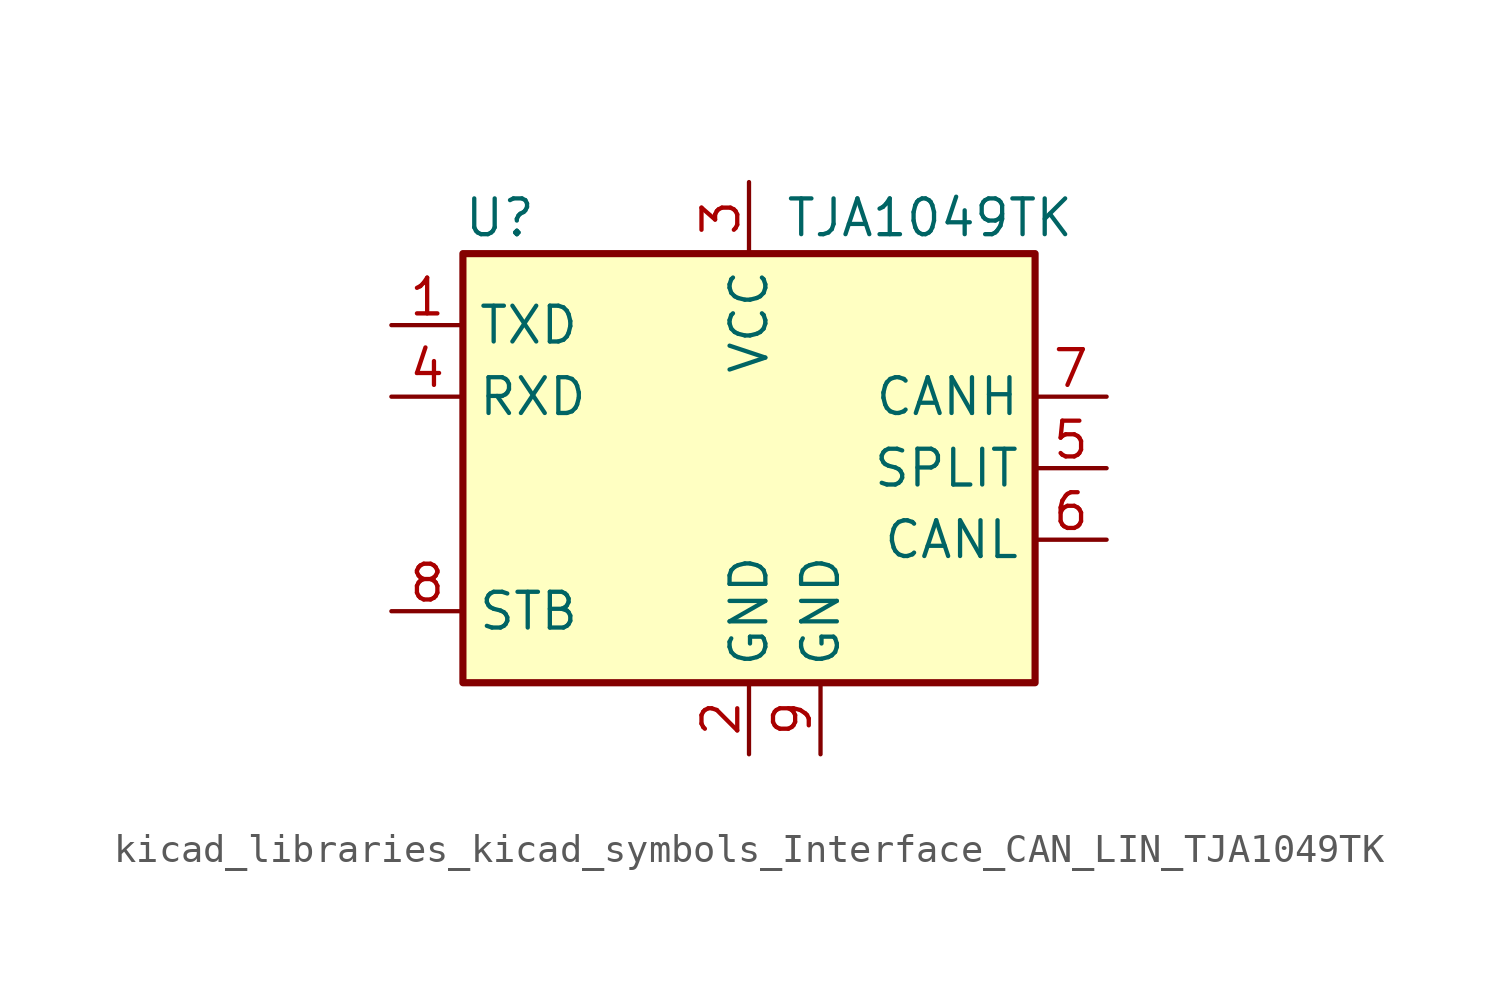
<source format=kicad_sym>
(kicad_symbol_lib
  (version 20220914)
  (generator kicad_symbol_editor)
  (symbol "kicad_libraries_kicad_symbols_Interface_CAN_LIN_TJA1049TK"
    (property "Reference" "U"
      (at -10.16 8.89 0)
      (effects (font (size 1.27 1.27)) (justify left)))
    (property "Value" "TJA1049TK"
      (at 1.27 8.89 0)
      (effects (font (size 1.27 1.27)) (justify left)))
    (symbol "kicad_libraries_kicad_symbols_Interface_CAN_LIN_TJA1049TK_0_1"
      (rectangle (start -10.16 7.62) (end 10.16 -7.62) (stroke (width 0.254) (type default)) (fill (type background))))
    (symbol "kicad_libraries_kicad_symbols_Interface_CAN_LIN_TJA1049TK_1_1"
      (pin input line (at -12.7 5.08 0) (length 2.54) (name "TXD" (effects (font (size 1.27 1.27)))) (number "1" (effects (font (size 1.27 1.27)))))
      (pin power_in line (at 0 -10.16 90) (length 2.54) (name "GND" (effects (font (size 1.27 1.27)))) (number "2" (effects (font (size 1.27 1.27)))))
      (pin power_in line (at 0 10.16 270) (length 2.54) (name "VCC" (effects (font (size 1.27 1.27)))) (number "3" (effects (font (size 1.27 1.27)))))
      (pin output line (at -12.7 2.54 0) (length 2.54) (name "RXD" (effects (font (size 1.27 1.27)))) (number "4" (effects (font (size 1.27 1.27)))))
      (pin power_out line (at 12.7 0 180) (length 2.54) (name "SPLIT" (effects (font (size 1.27 1.27)))) (number "5" (effects (font (size 1.27 1.27)))))
      (pin bidirectional line (at 12.7 -2.54 180) (length 2.54) (name "CANL" (effects (font (size 1.27 1.27)))) (number "6" (effects (font (size 1.27 1.27)))))
      (pin bidirectional line (at 12.7 2.54 180) (length 2.54) (name "CANH" (effects (font (size 1.27 1.27)))) (number "7" (effects (font (size 1.27 1.27)))))
      (pin input line (at -12.7 -5.08 0) (length 2.54) (name "STB" (effects (font (size 1.27 1.27)))) (number "8" (effects (font (size 1.27 1.27)))))
      (pin power_in line (at 2.54 -10.16 90) (length 2.54) (name "GND" (effects (font (size 1.27 1.27)))) (number "9" (effects (font (size 1.27 1.27))))))))
</source>
